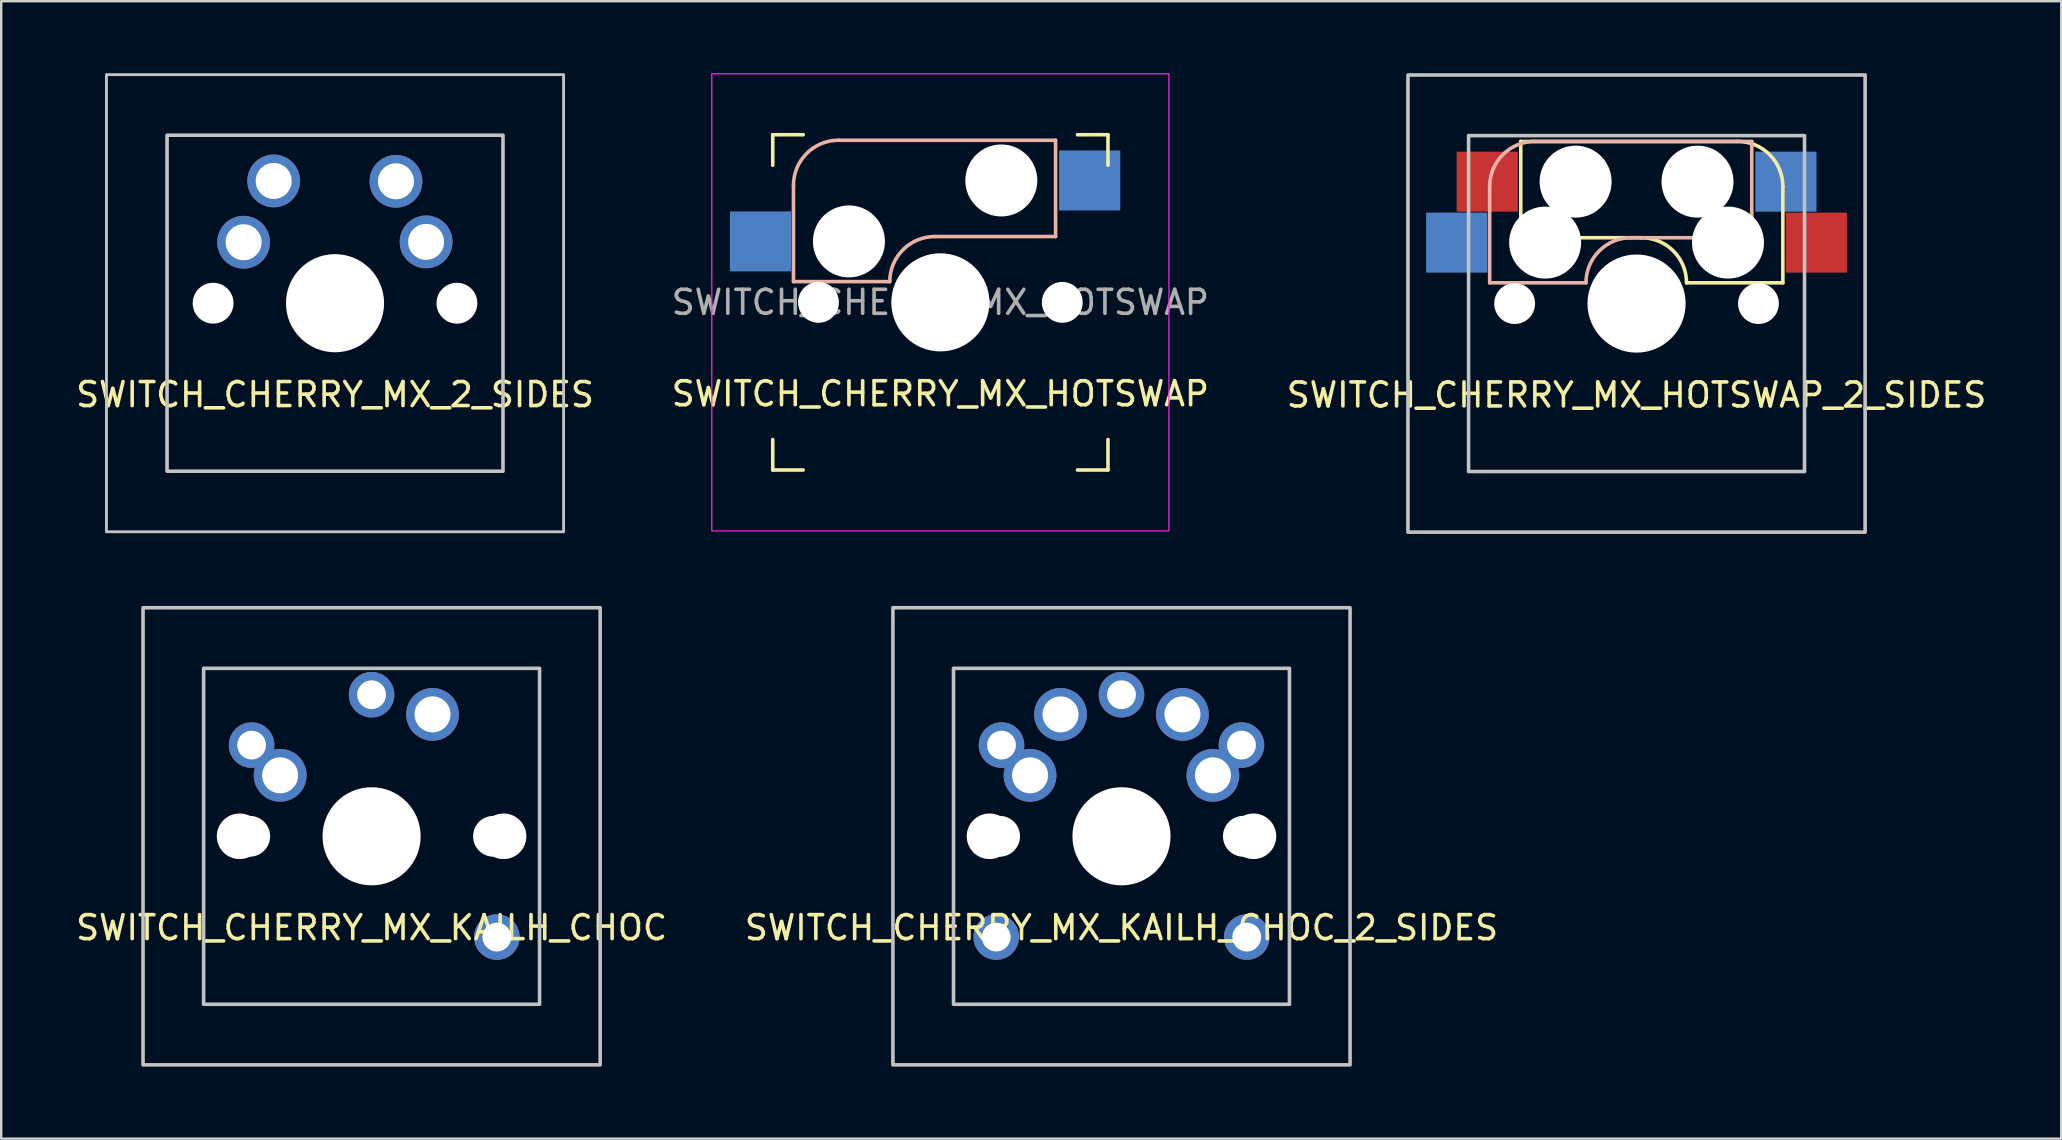
<source format=kicad_pcb>
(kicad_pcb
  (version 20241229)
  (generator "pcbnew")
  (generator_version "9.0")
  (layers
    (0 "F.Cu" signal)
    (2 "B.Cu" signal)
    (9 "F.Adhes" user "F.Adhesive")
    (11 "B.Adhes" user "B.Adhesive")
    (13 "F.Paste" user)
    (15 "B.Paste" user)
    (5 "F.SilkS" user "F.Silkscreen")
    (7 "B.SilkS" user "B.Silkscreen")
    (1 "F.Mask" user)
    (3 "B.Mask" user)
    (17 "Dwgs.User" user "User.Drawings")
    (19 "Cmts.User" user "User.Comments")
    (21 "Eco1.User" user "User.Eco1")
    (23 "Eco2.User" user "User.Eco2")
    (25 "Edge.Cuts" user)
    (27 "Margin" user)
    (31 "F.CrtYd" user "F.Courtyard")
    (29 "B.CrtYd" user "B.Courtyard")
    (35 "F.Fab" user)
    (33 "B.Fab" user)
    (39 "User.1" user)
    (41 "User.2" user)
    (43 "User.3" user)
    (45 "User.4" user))
  (footprint "SWITCH_CHERRY_MX_HOTSWAP_2_SIDES"
    (layer "F.Cu")
    (at 65.149 9.6)
    (property "Reference" "SWITCH_CHERRY_MX_HOTSWAP_2_SIDES" (at 0 3.81 0) (unlocked yes) (layer "F.SilkS") (effects (font (size 1 1) (thickness 0.15))))
    (attr smd)
    (fp_line (start -4.826 -6.756) (end -4.826 -2.743) (stroke (width 0.15) (type solid)) (layer "F.SilkS"))
    (fp_line (start -4.826 -2.743) (end 0.203 -2.743) (stroke (width 0.15) (type solid)) (layer "F.SilkS"))
    (fp_line (start 4.216 -6.756) (end -4.826 -6.756) (stroke (width 0.15) (type solid)) (layer "F.SilkS"))
    (fp_line (start 6.096 -0.864) (end 2.083 -0.864) (stroke (width 0.15) (type solid)) (layer "F.SilkS"))
    (fp_line (start 6.096 -0.864) (end 6.096 -4.877) (stroke (width 0.15) (type solid)) (layer "F.SilkS"))
    (fp_arc (start 0.2032 -2.7432) (mid 1.532278 -2.192678) (end 2.0828 -0.8636) (stroke (width 0.15) (type solid)) (layer "F.SilkS"))
    (fp_arc (start 4.2164 -6.7564) (mid 5.545478 -6.205878) (end 6.096 -4.8768) (stroke (width 0.15) (type solid)) (layer "F.SilkS"))
    (fp_line (start -6.121 -0.864) (end -6.121 -4.877) (stroke (width 0.15) (type solid)) (layer "B.SilkS"))
    (fp_line (start -6.121 -0.864) (end -2.108 -0.864) (stroke (width 0.15) (type solid)) (layer "B.SilkS"))
    (fp_line (start -4.242 -6.756) (end 4.801 -6.756) (stroke (width 0.15) (type solid)) (layer "B.SilkS"))
    (fp_line (start 4.801 -6.756) (end 4.801 -2.743) (stroke (width 0.15) (type solid)) (layer "B.SilkS"))
    (fp_line (start 4.801 -2.743) (end -0.229 -2.743) (stroke (width 0.15) (type solid)) (layer "B.SilkS"))
    (fp_arc (start -6.1214 -4.8768) (mid -5.570878 -6.205878) (end -4.2418 -6.7564) (stroke (width 0.15) (type solid)) (layer "B.SilkS"))
    (fp_arc (start -2.1082 -0.8636) (mid -1.557678 -2.192678) (end -0.2286 -2.7432) (stroke (width 0.15) (type solid)) (layer "B.SilkS"))
    (fp_rect (start -9.525 -9.525) (end 9.525 9.525) (stroke (width 0.15) (type solid)) (fill no) (layer "Dwgs.User"))
    (fp_rect (start -7 -7) (end 7 7) (stroke (width 0.15) (type solid)) (fill no) (layer "Dwgs.User"))
    (pad "" np_thru_hole circle (at -5.08 0) (size 1.702 1.702) (drill 1.702) (layers "*.Cu" "*.Mask"))
    (pad "" np_thru_hole circle (at -3.81 -2.54) (size 3 3) (drill 3) (layers "*.Cu" "*.Mask"))
    (pad "" np_thru_hole circle (at -2.54 -5.08) (size 3 3) (drill 3) (layers "*.Cu" "*.Mask"))
    (pad "" np_thru_hole circle (at 0 0) (size 4.089 4.089) (drill 4.089) (layers "*.Cu" "*.Mask"))
    (pad "" np_thru_hole circle (at 2.54 -5.08) (size 3 3) (drill 3) (layers "*.Cu" "*.Mask"))
    (pad "" np_thru_hole circle (at 3.81 -2.54) (size 3 3) (drill 3) (layers "*.Cu" "*.Mask"))
    (pad "" np_thru_hole circle (at 5.08 0) (size 1.702 1.702) (drill 1.702) (layers "*.Cu" "*.Mask"))
    (pad "1" smd rect (at -7.493 -2.54) (size 2.55 2.5) (layers "B.Cu" "B.Mask" "B.Paste"))
    (pad "1" smd rect (at 7.493 -2.54) (size 2.55 2.5) (layers "F.Cu" "F.Mask" "F.Paste"))
    (pad "2" smd rect (at -6.223 -5.08) (size 2.55 2.5) (layers "F.Cu" "F.Mask" "F.Paste"))
    (pad "2" smd rect (at 6.223 -5.08) (size 2.55 2.5) (layers "B.Cu" "B.Mask" "B.Paste")))
  (footprint "SWITCH_CHERRY_MX_2_SIDES"
    (layer "F.Cu")
    (at 10.911 9.585)
    (property "Reference" "SWITCH_CHERRY_MX_2_SIDES" (at 0 3.81 0) (unlocked yes) (layer "F.SilkS") (effects (font (size 1 1) (thickness 0.15))))
    (attr through_hole)
    (fp_rect (start -9.525 -9.525) (end 9.525 9.525) (stroke (width 0.12) (type solid)) (fill no) (layer "Dwgs.User"))
    (fp_rect (start -7 -7) (end 7 7) (stroke (width 0.15) (type solid)) (fill no) (layer "Dwgs.User"))
    (pad "" np_thru_hole circle (at -5.08 0) (size 1.702 1.702) (drill 1.702) (layers "*.Cu" "*.Mask"))
    (pad "" np_thru_hole circle (at 0 0) (size 4.089 4.089) (drill 4.089) (layers "*.Cu" "*.Mask"))
    (pad "" np_thru_hole circle (at 5.08 0) (size 1.702 1.702) (drill 1.702) (layers "*.Cu" "*.Mask"))
    (pad "1" thru_hole circle (at -3.81 -2.54) (size 2.2 2.2) (drill 1.5) (layers "*.Cu" "*.Mask"))
    (pad "1" thru_hole circle (at 3.795 -2.555) (size 2.2 2.2) (drill 1.5) (layers "*.Cu" "*.Mask"))
    (pad "2" thru_hole circle (at -2.555 -5.095) (size 2.2 2.2) (drill 1.5) (layers "*.Cu" "*.Mask"))
    (pad "2" thru_hole circle (at 2.54 -5.08) (size 2.2 2.2) (drill 1.5) (layers "*.Cu" "*.Mask")))
  (footprint "SWITCH_CHERRY_MX_HOTSWAP"
    (layer "F.Cu")
    (at 36.137 9.55)
    (property "Reference" "SWITCH_CHERRY_MX_HOTSWAP" (at 0 3.81 0) (unlocked yes) (layer "F.SilkS") (effects (font (size 1 1) (thickness 0.15))))
    (attr smd)
    (fp_line (start -6.985 -6.985) (end -6.985 -5.715) (stroke (width 0.15) (type solid)) (layer "F.SilkS"))
    (fp_line (start -6.985 -6.985) (end -5.715 -6.985) (stroke (width 0.15) (type solid)) (layer "F.SilkS"))
    (fp_line (start -6.985 5.715) (end -6.985 6.985) (stroke (width 0.15) (type solid)) (layer "F.SilkS"))
    (fp_line (start -6.985 6.985) (end -5.715 6.985) (stroke (width 0.15) (type solid)) (layer "F.SilkS"))
    (fp_line (start 5.715 6.985) (end 6.985 6.985) (stroke (width 0.15) (type solid)) (layer "F.SilkS"))
    (fp_line (start 6.985 -6.985) (end 5.715 -6.985) (stroke (width 0.15) (type solid)) (layer "F.SilkS"))
    (fp_line (start 6.985 -5.715) (end 6.985 -6.985) (stroke (width 0.15) (type solid)) (layer "F.SilkS"))
    (fp_line (start 6.985 6.985) (end 6.985 5.715) (stroke (width 0.15) (type solid)) (layer "F.SilkS"))
    (fp_line (start -6.121 -0.864) (end -6.121 -4.877) (stroke (width 0.15) (type solid)) (layer "B.SilkS"))
    (fp_line (start -6.121 -0.864) (end -2.108 -0.864) (stroke (width 0.15) (type solid)) (layer "B.SilkS"))
    (fp_line (start -4.242 -6.756) (end 4.801 -6.756) (stroke (width 0.15) (type solid)) (layer "B.SilkS"))
    (fp_line (start 4.801 -6.756) (end 4.801 -2.743) (stroke (width 0.15) (type solid)) (layer "B.SilkS"))
    (fp_line (start 4.801 -2.743) (end -0.229 -2.743) (stroke (width 0.15) (type solid)) (layer "B.SilkS"))
    (fp_arc (start -6.1214 -4.8768) (mid -5.570878 -6.205878) (end -4.2418 -6.7564) (stroke (width 0.15) (type solid)) (layer "B.SilkS"))
    (fp_arc (start -2.1082 -0.8636) (mid -1.557678 -2.192678) (end -0.2286 -2.7432) (stroke (width 0.15) (type solid)) (layer "B.SilkS"))
    (fp_rect (start -9.525 -9.525) (end 9.525 9.525) (stroke (width 0.05) (type solid)) (fill no) (layer "F.CrtYd"))
    (fp_text user "${REFERENCE}" (at 0 0 0) (unlocked yes) (layer "F.Fab") (effects (font (size 1 1) (thickness 0.15))))
    (pad "" np_thru_hole circle (at -5.08 0) (size 1.702 1.702) (drill 1.702) (layers "*.Cu" "*.Mask"))
    (pad "" np_thru_hole circle (at -3.81 -2.54) (size 3 3) (drill 3) (layers "*.Cu" "*.Mask"))
    (pad "" np_thru_hole circle (at 0 0) (size 4.089 4.089) (drill 4.089) (layers "*.Cu" "*.Mask"))
    (pad "" np_thru_hole circle (at 2.54 -5.08) (size 3 3) (drill 3) (layers "*.Cu" "*.Mask"))
    (pad "" np_thru_hole circle (at 5.08 0) (size 1.702 1.702) (drill 1.702) (layers "*.Cu" "*.Mask"))
    (pad "1" smd rect (at -7.493 -2.54) (size 2.55 2.5) (layers "B.Cu" "B.Mask" "B.Paste"))
    (pad "2" smd rect (at 6.223 -5.08) (size 2.55 2.5) (layers "B.Cu" "B.Mask" "B.Paste")))
  (footprint "SWITCH_CHERRY_MX_KAILH_CHOC_2_SIDES"
    (layer "F.Cu")
    (at 43.685 31.8)
    (property "Reference" "SWITCH_CHERRY_MX_KAILH_CHOC_2_SIDES" (at 0 3.81 0) (unlocked yes) (layer "F.SilkS") (effects (font (size 1 1) (thickness 0.15))))
    (attr through_hole)
    (fp_rect (start -9.525 -9.525) (end 9.525 9.525) (stroke (width 0.15) (type solid)) (fill no) (layer "Dwgs.User"))
    (fp_rect (start 7 -7) (end -7 7) (stroke (width 0.15) (type solid)) (fill no) (layer "Dwgs.User"))
    (pad "" np_thru_hole circle (at -5.5 0) (size 1.9 1.9) (drill 1.9) (layers "*.Cu" "*.Mask"))
    (pad "" np_thru_hole circle (at -5.22 4.2) (size 1.9 1.9) (drill 1.2) (layers "*.Cu" "*.Mask"))
    (pad "" np_thru_hole circle (at -5.08 0) (size 1.702 1.702) (drill 1.702) (layers "*.Cu" "*.Mask"))
    (pad "" np_thru_hole circle (at 0 0) (size 4.089 4.089) (drill 4.089) (layers "*.Cu" "*.Mask"))
    (pad "" np_thru_hole circle (at 5.08 0) (size 1.702 1.702) (drill 1.702) (layers "*.Cu" "*.Mask"))
    (pad "" np_thru_hole circle (at 5.22 4.2) (size 1.9 1.9) (drill 1.2) (layers "*.Cu" "*.Mask"))
    (pad "" np_thru_hole circle (at 5.5 0) (size 1.9 1.9) (drill 1.9) (layers "*.Cu" "*.Mask"))
    (pad "1" thru_hole circle (at -5 -3.8) (size 1.9 1.9) (drill 1.2) (layers "*.Cu" "*.Mask"))
    (pad "1" thru_hole circle (at -3.81 -2.54) (size 2.2 2.2) (drill 1.5) (layers "*.Cu" "*.Mask"))
    (pad "1" thru_hole circle (at 3.81 -2.54) (size 2.2 2.2) (drill 1.5) (layers "*.Cu" "*.Mask"))
    (pad "1" thru_hole circle (at 5 -3.8) (size 1.9 1.9) (drill 1.2) (layers "*.Cu" "*.Mask"))
    (pad "2" thru_hole circle (at -2.54 -5.08) (size 2.2 2.2) (drill 1.5) (layers "*.Cu" "*.Mask"))
    (pad "2" thru_hole circle (at 0 -5.9) (size 1.9 1.9) (drill 1.2) (layers "*.Cu" "*.Mask"))
    (pad "2" thru_hole circle (at 2.54 -5.08) (size 2.2 2.2) (drill 1.5) (layers "*.Cu" "*.Mask")))
  (footprint "SWITCH_CHERRY_MX_KAILH_CHOC"
    (layer "F.Cu")
    (at 12.435 31.8)
    (property "Reference" "SWITCH_CHERRY_MX_KAILH_CHOC" (at 0 3.81 0) (unlocked yes) (layer "F.SilkS") (effects (font (size 1 1) (thickness 0.15))))
    (attr through_hole)
    (fp_rect (start -9.525 -9.525) (end 9.525 9.525) (stroke (width 0.15) (type solid)) (fill no) (layer "Dwgs.User"))
    (fp_rect (start -7 -7) (end 7 7) (stroke (width 0.15) (type solid)) (fill no) (layer "Dwgs.User"))
    (pad "" np_thru_hole circle (at -5.5 0) (size 1.9 1.9) (drill 1.9) (layers "*.Cu" "*.Mask"))
    (pad "" np_thru_hole circle (at -5.08 0) (size 1.702 1.702) (drill 1.702) (layers "*.Cu" "*.Mask"))
    (pad "" np_thru_hole circle (at 0 0) (size 4.089 4.089) (drill 4.089) (layers "*.Cu" "*.Mask"))
    (pad "" np_thru_hole circle (at 5.08 0) (size 1.702 1.702) (drill 1.702) (layers "*.Cu" "*.Mask"))
    (pad "" np_thru_hole circle (at 5.22 4.2) (size 1.9 1.9) (drill 1.2) (layers "*.Cu" "*.Mask"))
    (pad "" np_thru_hole circle (at 5.5 0) (size 1.9 1.9) (drill 1.9) (layers "*.Cu" "*.Mask"))
    (pad "1" thru_hole circle (at -5 -3.8) (size 1.9 1.9) (drill 1.2) (layers "*.Cu" "*.Mask"))
    (pad "1" thru_hole circle (at -3.81 -2.54) (size 2.2 2.2) (drill 1.5) (layers "*.Cu" "*.Mask"))
    (pad "2" thru_hole circle (at 0 -5.9) (size 1.9 1.9) (drill 1.2) (layers "*.Cu" "*.Mask"))
    (pad "2" thru_hole circle (at 2.54 -5.08) (size 2.2 2.2) (drill 1.5) (layers "*.Cu" "*.Mask")))
  (gr_rect
    (start -3 -3)
    (end 82.845 44.4)
    (stroke (width 0.1) (type default))
    (fill no)
    (layer "Edge.Cuts")))
</source>
